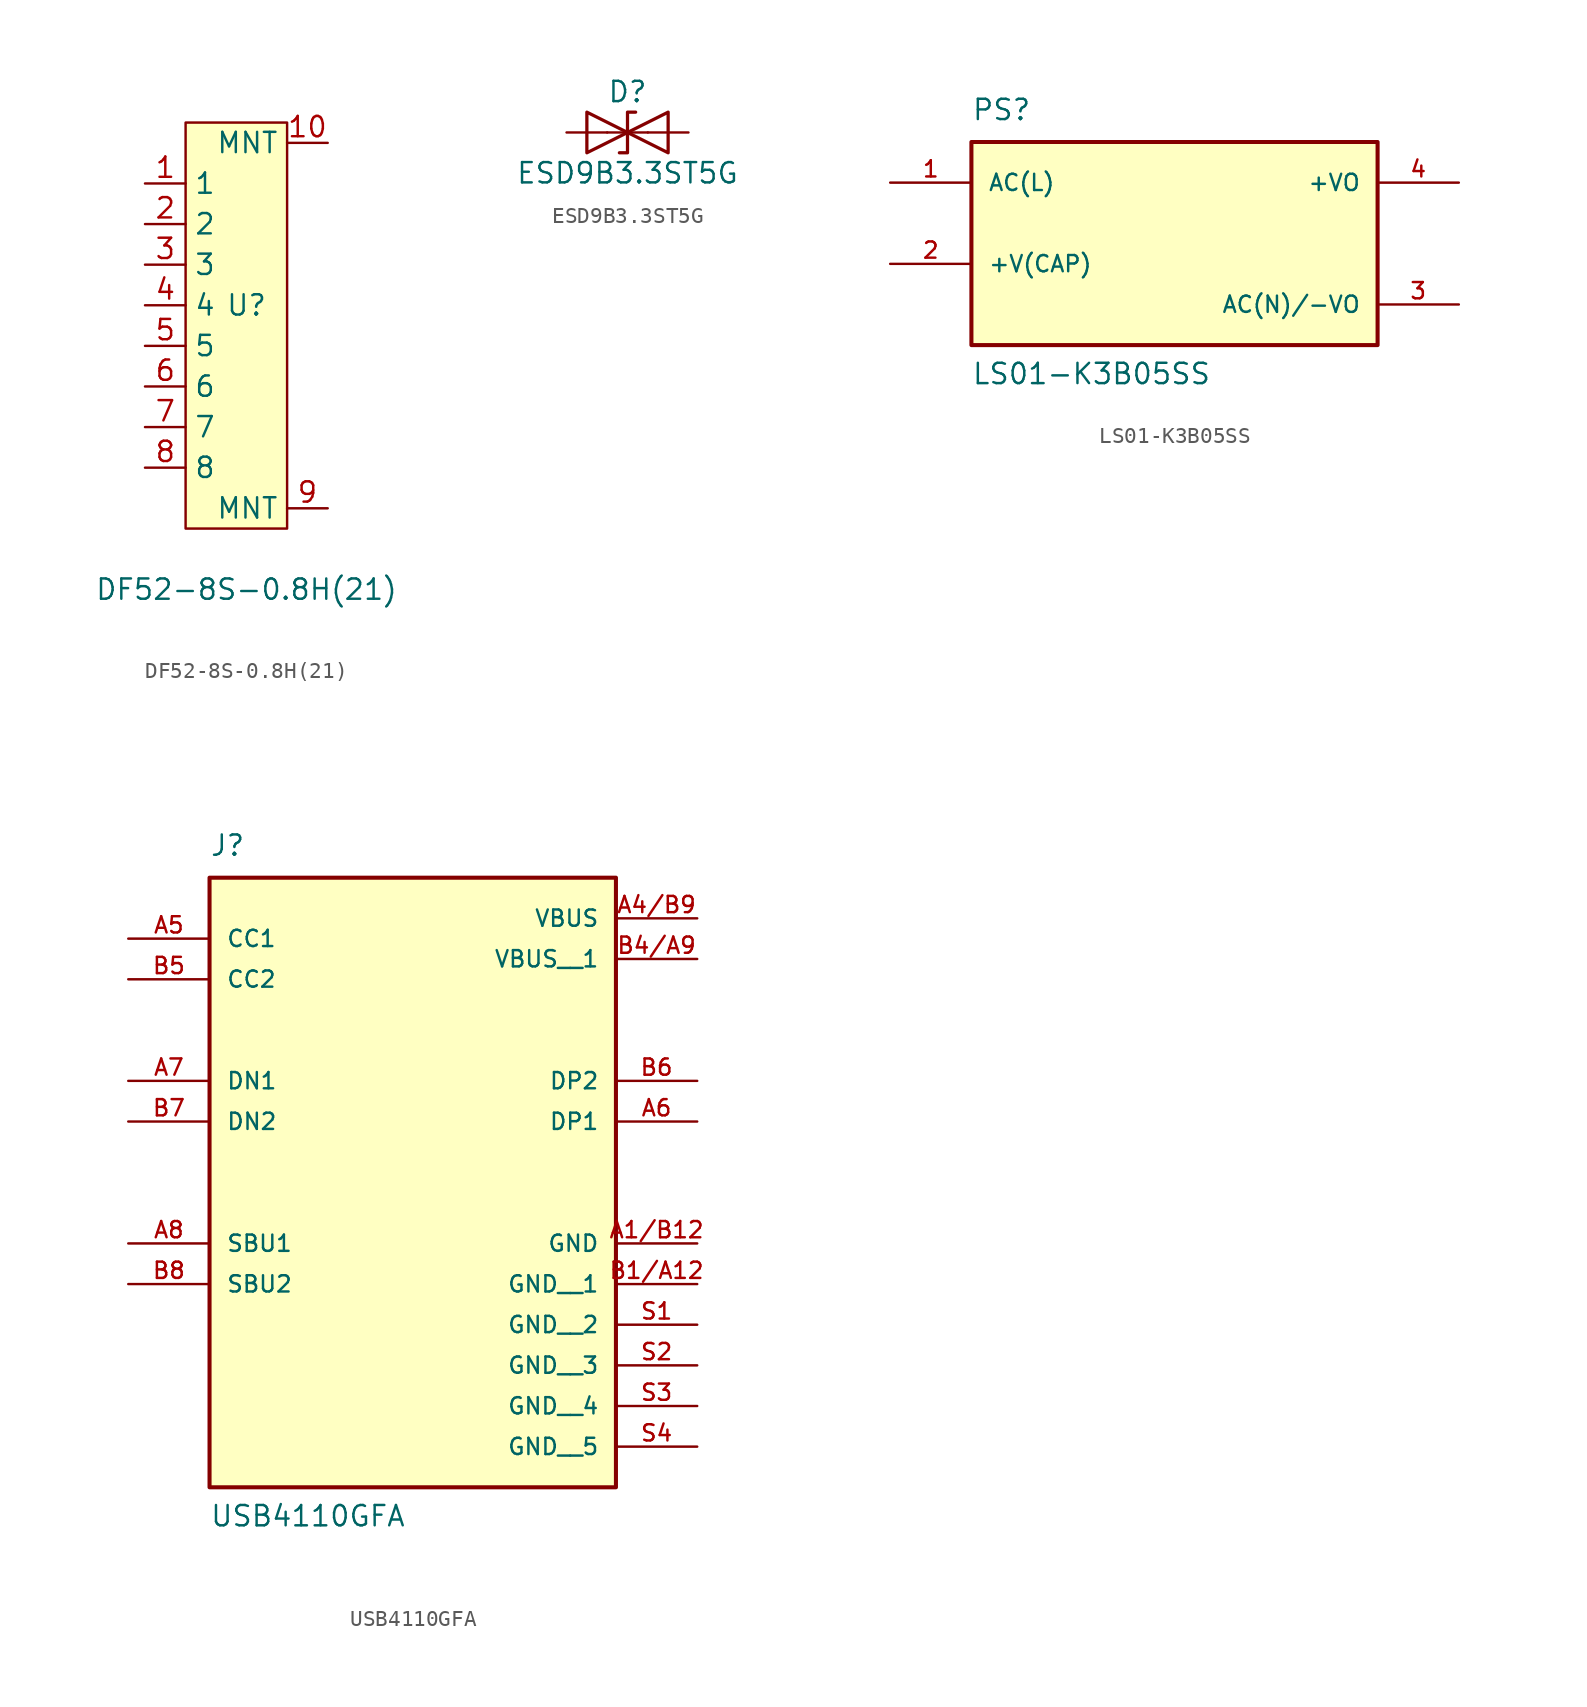
<source format=kicad_sym>
(kicad_symbol_lib
  (version 20220914)
  (generator kicad_symbol_editor)
  (symbol "DF52-8S-0.8H(21)"
    (property "Reference" "U"
      (at 1.27 0 0)
      (effects (font (size 1.27 1.27))))
    (property "Value" "DF52-8S-0.8H(21)"
      (at 1.27 -17.78 0)
      (effects (font (size 1.27 1.27))))
    (symbol "DF52-8S-0.8H(21)_0_1"
      (rectangle (start -2.54 11.43) (end 3.81 -13.97) (stroke (width 0) (type default)) (fill (type background))))
    (symbol "DF52-8S-0.8H(21)_1_1"
      (pin input line (at -5.08 7.62 0) (length 2.54) (name "1" (effects (font (size 1.27 1.27)))) (number "1" (effects (font (size 1.27 1.27)))))
      (pin input line (at 6.35 10.16 180) (length 2.54) (name "MNT" (effects (font (size 1.27 1.27)))) (number "10" (effects (font (size 1.27 1.27)))))
      (pin input line (at -5.08 5.08 0) (length 2.54) (name "2" (effects (font (size 1.27 1.27)))) (number "2" (effects (font (size 1.27 1.27)))))
      (pin input line (at -5.08 2.54 0) (length 2.54) (name "3" (effects (font (size 1.27 1.27)))) (number "3" (effects (font (size 1.27 1.27)))))
      (pin input line (at -5.08 0 0) (length 2.54) (name "4" (effects (font (size 1.27 1.27)))) (number "4" (effects (font (size 1.27 1.27)))))
      (pin input line (at -5.08 -2.54 0) (length 2.54) (name "5" (effects (font (size 1.27 1.27)))) (number "5" (effects (font (size 1.27 1.27)))))
      (pin input line (at -5.08 -5.08 0) (length 2.54) (name "6" (effects (font (size 1.27 1.27)))) (number "6" (effects (font (size 1.27 1.27)))))
      (pin input line (at -5.08 -7.62 0) (length 2.54) (name "7" (effects (font (size 1.27 1.27)))) (number "7" (effects (font (size 1.27 1.27)))))
      (pin input line (at -5.08 -10.16 0) (length 2.54) (name "8" (effects (font (size 1.27 1.27)))) (number "8" (effects (font (size 1.27 1.27)))))
      (pin input line (at 6.35 -12.7 180) (length 2.54) (name "MNT" (effects (font (size 1.27 1.27)))) (number "9" (effects (font (size 1.27 1.27)))))))
  (symbol "ESD9B3.3ST5G"
    (pin_numbers hide)
    (pin_names
      (offset 1.016) hide)
    (property "Reference" "D"
      (at 0 2.54 0)
      (effects (font (size 1.27 1.27))))
    (property "Value" "ESD9B3.3ST5G"
      (at 0 -2.54 0)
      (effects (font (size 1.27 1.27))))
    (symbol "ESD9B3.3ST5G_0_1"
      (polyline (pts (xy 1.27 0) (xy -1.27 0)) (stroke (width 0) (type default)) (fill (type none)))
      (polyline (pts (xy -2.54 -1.27) (xy 0 0) (xy -2.54 1.27) (xy -2.54 -1.27)) (stroke (width 0.203) (type default)) (fill (type none)))
      (polyline (pts (xy 0.508 1.27) (xy 0 1.27) (xy 0 -1.27) (xy -0.508 -1.27)) (stroke (width 0.203) (type default)) (fill (type none)))
      (polyline (pts (xy 2.54 1.27) (xy 2.54 -1.27) (xy 0 0) (xy 2.54 1.27)) (stroke (width 0.203) (type default)) (fill (type none))))
    (symbol "ESD9B3.3ST5G_1_1"
      (pin passive line (at -3.81 0 0) (length 2.54) (name "A1" (effects (font (size 1.27 1.27)))) (number "1" (effects (font (size 1.27 1.27)))))
      (pin passive line (at 3.81 0 180) (length 2.54) (name "A2" (effects (font (size 1.27 1.27)))) (number "2" (effects (font (size 1.27 1.27)))))))
  (symbol "LS01-K3B05SS"
    (pin_names
      (offset 1.016))
    (property "Reference" "PS"
      (at -12.7 6.35 0)
      (effects (font (size 1.27 1.27)) (justify left bottom)))
    (property "Value" "LS01-K3B05SS"
      (at -12.7 -10.16 0)
      (effects (font (size 1.27 1.27)) (justify left bottom)))
    (symbol "LS01-K3B05SS_0_0"
      (rectangle (start -12.7 -7.62) (end 12.7 5.08) (stroke (width 0.254) (type default)) (fill (type background)))
      (pin input line (at -17.78 2.54 0) (length 5.08) (name "AC(L)" (effects (font (size 1.016 1.016)))) (number "1" (effects (font (size 1.016 1.016)))))
      (pin passive line (at -17.78 -2.54 0) (length 5.08) (name "+V(CAP)" (effects (font (size 1.016 1.016)))) (number "2" (effects (font (size 1.016 1.016)))))
      (pin bidirectional line (at 17.78 -5.08 180) (length 5.08) (name "AC(N)/-VO" (effects (font (size 1.016 1.016)))) (number "3" (effects (font (size 1.016 1.016)))))
      (pin output line (at 17.78 2.54 180) (length 5.08) (name "+VO" (effects (font (size 1.016 1.016)))) (number "4" (effects (font (size 1.016 1.016)))))))
  (symbol "USB4110GFA"
    (pin_names
      (offset 1.016))
    (property "Reference" "J"
      (at -12.7 11.43 0)
      (effects (font (size 1.27 1.27)) (justify left bottom)))
    (property "Value" "USB4110GFA"
      (at -12.7 -30.48 0)
      (effects (font (size 1.27 1.27)) (justify left bottom)))
    (symbol "USB4110GFA_0_0"
      (rectangle (start -12.7 10.16) (end 12.7 -27.94) (stroke (width 0.254) (type default)) (fill (type background)))
      (pin power_in line (at 17.78 -12.7 180) (length 5.08) (name "GND" (effects (font (size 1.016 1.016)))) (number "A1/B12" (effects (font (size 1.016 1.016)))))
      (pin power_in line (at 17.78 7.62 180) (length 5.08) (name "VBUS" (effects (font (size 1.016 1.016)))) (number "A4/B9" (effects (font (size 1.016 1.016)))))
      (pin bidirectional line (at -17.78 6.35 0) (length 5.08) (name "CC1" (effects (font (size 1.016 1.016)))) (number "A5" (effects (font (size 1.016 1.016)))))
      (pin bidirectional line (at 17.78 -5.08 180) (length 5.08) (name "DP1" (effects (font (size 1.016 1.016)))) (number "A6" (effects (font (size 1.016 1.016)))))
      (pin bidirectional line (at -17.78 -2.54 0) (length 5.08) (name "DN1" (effects (font (size 1.016 1.016)))) (number "A7" (effects (font (size 1.016 1.016)))))
      (pin bidirectional line (at -17.78 -12.7 0) (length 5.08) (name "SBU1" (effects (font (size 1.016 1.016)))) (number "A8" (effects (font (size 1.016 1.016)))))
      (pin power_in line (at 17.78 -15.24 180) (length 5.08) (name "GND__1" (effects (font (size 1.016 1.016)))) (number "B1/A12" (effects (font (size 1.016 1.016)))))
      (pin power_in line (at 17.78 5.08 180) (length 5.08) (name "VBUS__1" (effects (font (size 1.016 1.016)))) (number "B4/A9" (effects (font (size 1.016 1.016)))))
      (pin bidirectional line (at -17.78 3.81 0) (length 5.08) (name "CC2" (effects (font (size 1.016 1.016)))) (number "B5" (effects (font (size 1.016 1.016)))))
      (pin bidirectional line (at 17.78 -2.54 180) (length 5.08) (name "DP2" (effects (font (size 1.016 1.016)))) (number "B6" (effects (font (size 1.016 1.016)))))
      (pin bidirectional line (at -17.78 -5.08 0) (length 5.08) (name "DN2" (effects (font (size 1.016 1.016)))) (number "B7" (effects (font (size 1.016 1.016)))))
      (pin bidirectional line (at -17.78 -15.24 0) (length 5.08) (name "SBU2" (effects (font (size 1.016 1.016)))) (number "B8" (effects (font (size 1.016 1.016)))))
      (pin power_in line (at 17.78 -17.78 180) (length 5.08) (name "GND__2" (effects (font (size 1.016 1.016)))) (number "S1" (effects (font (size 1.016 1.016)))))
      (pin power_in line (at 17.78 -20.32 180) (length 5.08) (name "GND__3" (effects (font (size 1.016 1.016)))) (number "S2" (effects (font (size 1.016 1.016)))))
      (pin power_in line (at 17.78 -22.86 180) (length 5.08) (name "GND__4" (effects (font (size 1.016 1.016)))) (number "S3" (effects (font (size 1.016 1.016)))))
      (pin power_in line (at 17.78 -25.4 180) (length 5.08) (name "GND__5" (effects (font (size 1.016 1.016)))) (number "S4" (effects (font (size 1.016 1.016))))))))
</source>
